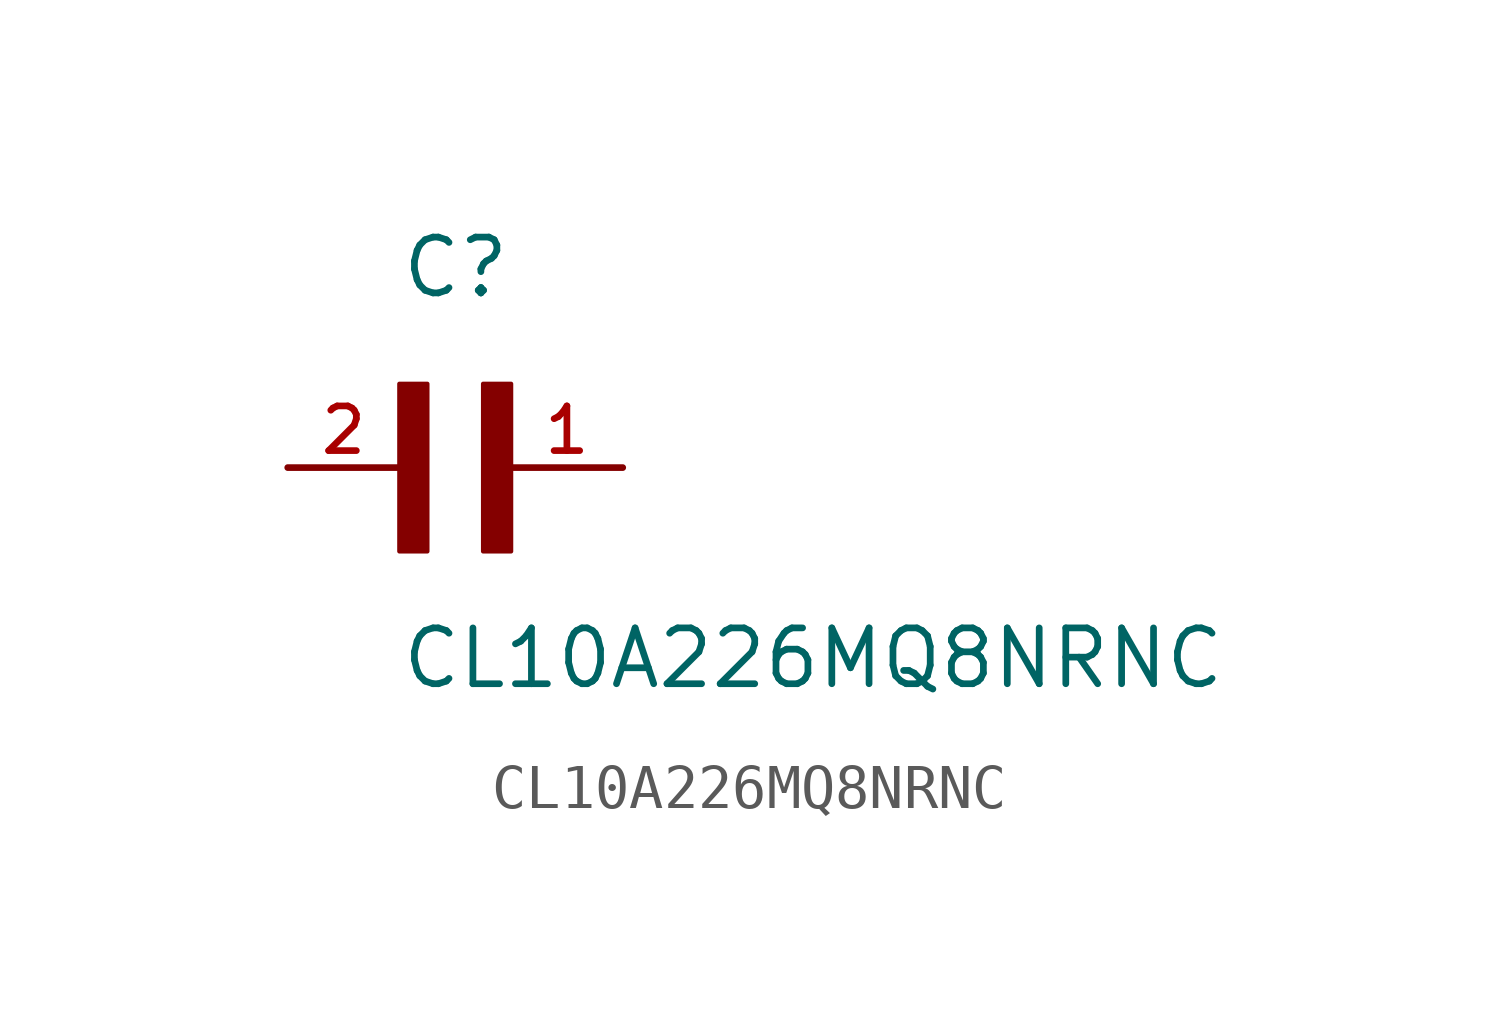
<source format=kicad_sym>
(kicad_symbol_lib
  (version 20211014)
  (generator kicad_symbol_editor)
  (symbol "CL10A226MQ8NRNC"
    (pin_names
      (offset 1.016))
    (property "Reference" "C"
      (at 0.0 3.81 0)
      (effects (font (size 1.27 1.27)) (justify bottom left)))
    (property "Value" "CL10A226MQ8NRNC"
      (at 0.0 -5.08 0)
      (effects (font (size 1.27 1.27)) (justify bottom left)))
    (symbol "CL10A226MQ8NRNC_0_0"
      (rectangle (start 0.0 -1.905) (end 0.635 1.905) (stroke (width 0.1)) (fill (type outline)))
      (rectangle (start 1.905 -1.905) (end 2.54 1.905) (stroke (width 0.1)) (fill (type outline)))
      (pin passive line (at 5.08 0.0 180.0) (length 2.54) (name "~" (effects (font (size 1.016 1.016)))) (number "1" (effects (font (size 1.016 1.016)))))
      (pin passive line (at -2.54 0.0 0) (length 2.54) (name "~" (effects (font (size 1.016 1.016)))) (number "2" (effects (font (size 1.016 1.016))))))))
</source>
